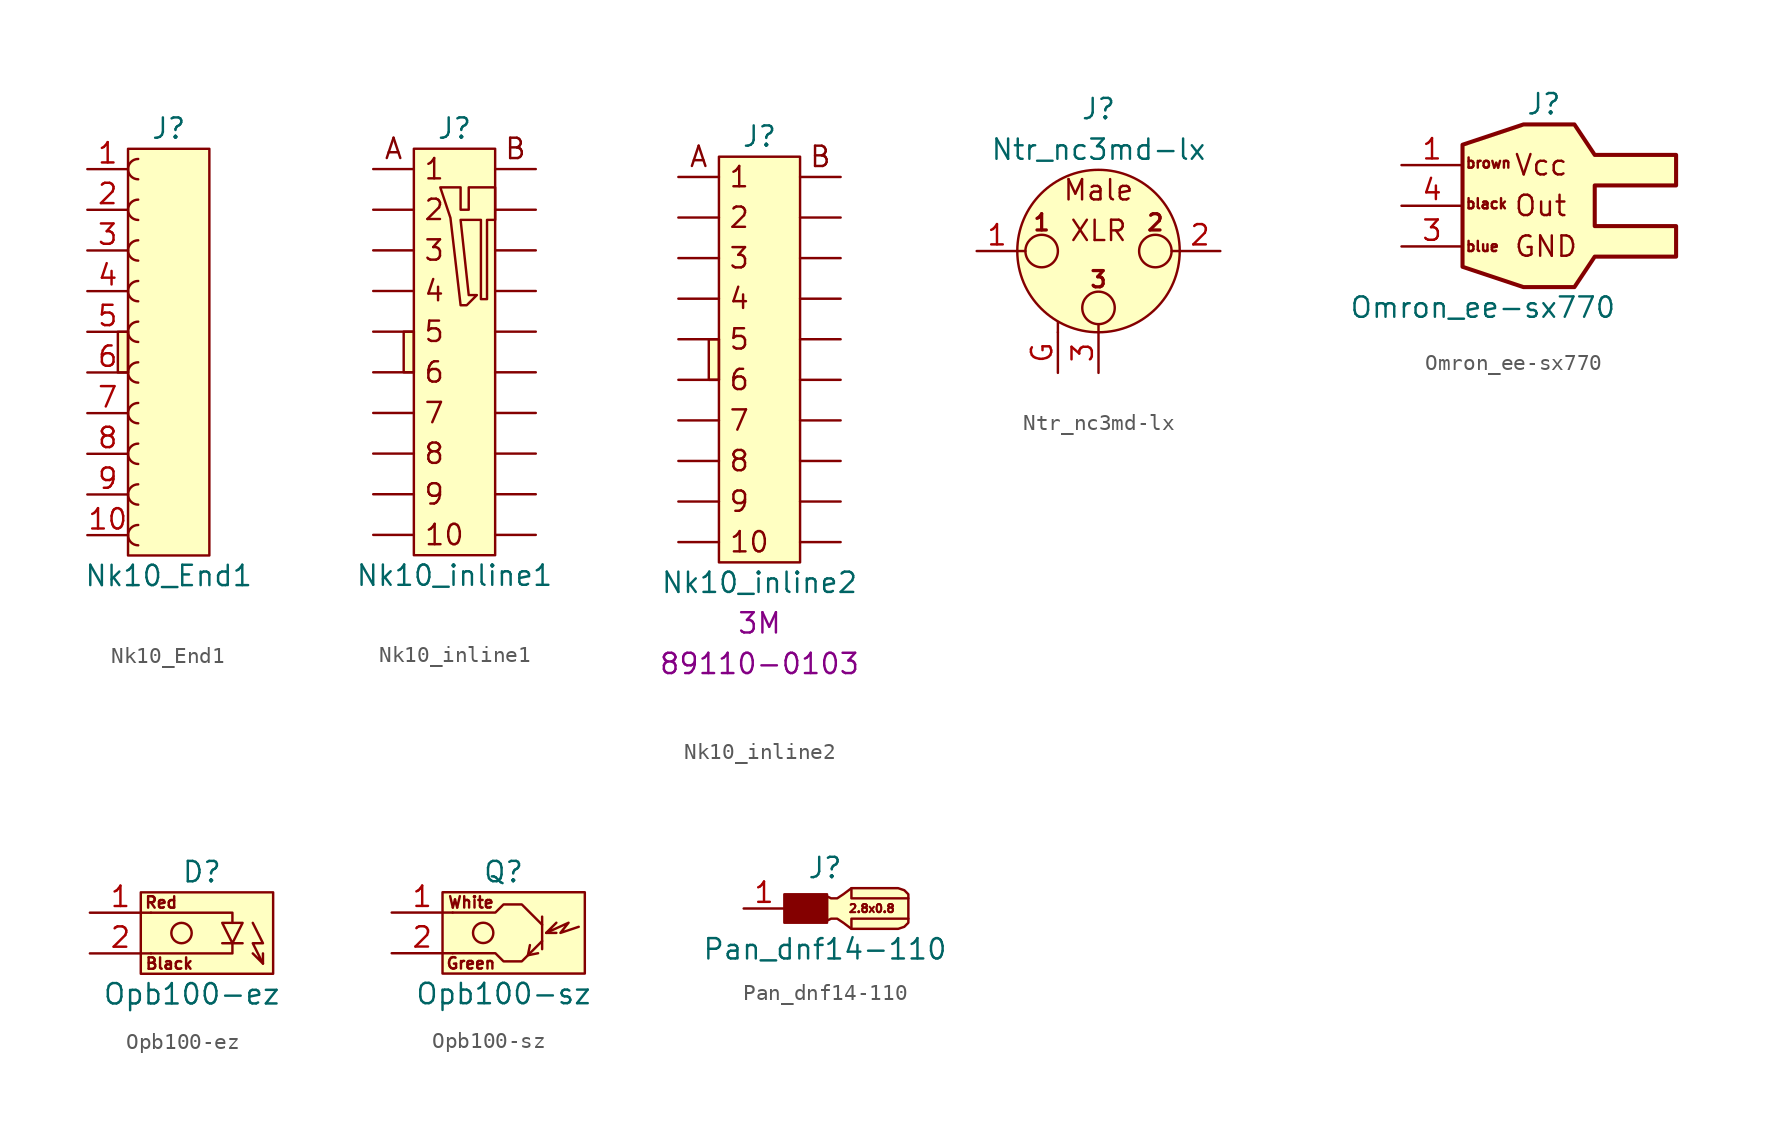
<source format=kicad_sym>
(kicad_symbol_lib
  (version 20211014)
  (generator kicad_symbol_editor)
  (symbol "Nk10_End1"
    (pin_names hide)
    (property "Reference" "J"
      (at 0 13.97 0)
      (effects (font (size 1.27 1.27))))
    (property "Value" "Nk10_End1"
      (at 0 -13.97 0)
      (effects (font (size 1.27 1.27))))
    (symbol "Nk10_End1_0_0"
      (rectangle (start -3.175 1.27) (end -2.54 -1.27) (stroke (width 0) (type default) (color 0 0 0 0)) (fill (type background)))
      (pin passive line (at -5.08 -11.43 0) (length 2.54) (name "Pin_10" (effects (font (size 1.27 1.27)))) (number "10" (effects (font (size 1.27 1.27)))))
      (pin passive line (at -5.08 -3.81 0) (length 2.54) (name "Pin_7" (effects (font (size 1.27 1.27)))) (number "7" (effects (font (size 1.27 1.27)))))
      (pin passive line (at -5.08 -6.35 0) (length 2.54) (name "Pin_8" (effects (font (size 1.27 1.27)))) (number "8" (effects (font (size 1.27 1.27)))))
      (pin passive line (at -5.08 -8.89 0) (length 2.54) (name "Pin_9" (effects (font (size 1.27 1.27)))) (number "9" (effects (font (size 1.27 1.27))))))
    (symbol "Nk10_End1_0_1"
      (arc (start -1.905 12.065) (mid -2.54 11.43) (end -1.905 10.795) (stroke (width 0) (type default) (color 0 0 0 0)) (fill (type none)))
      (polyline (pts (xy -2.54 -12.7) (xy -2.54 12.7) (xy 2.54 12.7) (xy 2.54 -12.7) (xy -2.54 -12.7)) (stroke (width 0) (type default) (color 0 0 0 0)) (fill (type background))))
    (symbol "Nk10_End1_1_1"
      (arc (start -1.905 -10.795) (mid -2.54 -11.43) (end -1.905 -12.065) (stroke (width 0) (type default) (color 0 0 0 0)) (fill (type none)))
      (arc (start -1.905 -8.255) (mid -2.54 -8.89) (end -1.905 -9.525) (stroke (width 0) (type default) (color 0 0 0 0)) (fill (type none)))
      (arc (start -1.905 -5.715) (mid -2.54 -6.35) (end -1.905 -6.985) (stroke (width 0) (type default) (color 0 0 0 0)) (fill (type none)))
      (arc (start -1.905 -3.175) (mid -2.54 -3.81) (end -1.905 -4.445) (stroke (width 0) (type default) (color 0 0 0 0)) (fill (type none)))
      (arc (start -1.905 -0.635) (mid -2.54 -1.27) (end -1.905 -1.905) (stroke (width 0) (type default) (color 0 0 0 0)) (fill (type none)))
      (arc (start -1.905 1.905) (mid -2.54 1.27) (end -1.905 0.635) (stroke (width 0) (type default) (color 0 0 0 0)) (fill (type none)))
      (arc (start -1.905 4.445) (mid -2.54 3.81) (end -1.905 3.175) (stroke (width 0) (type default) (color 0 0 0 0)) (fill (type none)))
      (arc (start -1.905 6.985) (mid -2.54 6.35) (end -1.905 5.715) (stroke (width 0) (type default) (color 0 0 0 0)) (fill (type none)))
      (arc (start -1.905 9.525) (mid -2.54 8.89) (end -1.905 8.255) (stroke (width 0) (type default) (color 0 0 0 0)) (fill (type none)))
      (pin passive line (at -5.08 11.43 0) (length 2.54) (name "Pin_1" (effects (font (size 1.27 1.27)))) (number "1" (effects (font (size 1.27 1.27)))))
      (pin passive line (at -5.08 8.89 0) (length 2.54) (name "Pin_2" (effects (font (size 1.27 1.27)))) (number "2" (effects (font (size 1.27 1.27)))))
      (pin passive line (at -5.08 6.35 0) (length 2.54) (name "Pin_3" (effects (font (size 1.27 1.27)))) (number "3" (effects (font (size 1.27 1.27)))))
      (pin passive line (at -5.08 3.81 0) (length 2.54) (name "Pin_4" (effects (font (size 1.27 1.27)))) (number "4" (effects (font (size 1.27 1.27)))))
      (pin passive line (at -5.08 1.27 0) (length 2.54) (name "Pin_5" (effects (font (size 1.27 1.27)))) (number "5" (effects (font (size 1.27 1.27)))))
      (pin passive line (at -5.08 -1.27 0) (length 2.54) (name "Pin_6" (effects (font (size 1.27 1.27)))) (number "6" (effects (font (size 1.27 1.27)))))))
  (symbol "Nk10_inline1"
    (pin_numbers hide)
    (pin_names hide)
    (property "Reference" "J"
      (at 0 13.97 0)
      (effects (font (size 1.27 1.27))))
    (property "Value" "Nk10_inline1"
      (at 0 -13.97 0)
      (effects (font (size 1.27 1.27))))
    (symbol "Nk10_inline1_0_0"
      (rectangle (start -3.175 1.27) (end -2.54 -1.27) (stroke (width 0) (type default) (color 0 0 0 0)) (fill (type background)))
      (text "1" (at -1.27 11.43 0) (effects (font (size 1.27 1.27))))
      (text "10" (at -0.635 -11.43 0) (effects (font (size 1.27 1.27))))
      (text "2" (at -1.27 8.89 0) (effects (font (size 1.27 1.27))))
      (text "3" (at -1.27 6.35 0) (effects (font (size 1.27 1.27))))
      (text "4" (at -1.27 3.81 0) (effects (font (size 1.27 1.27))))
      (text "5" (at -1.27 1.27 0) (effects (font (size 1.27 1.27))))
      (text "6" (at -1.27 -1.27 0) (effects (font (size 1.27 1.27))))
      (text "7" (at -1.27 -3.81 0) (effects (font (size 1.27 1.27))))
      (text "8" (at -1.27 -6.35 0) (effects (font (size 1.27 1.27))))
      (text "9" (at -1.27 -8.89 0) (effects (font (size 1.27 1.27))))
      (text "A" (at -3.81 12.7 0) (effects (font (size 1.27 1.27))))
      (text "B" (at 3.81 12.7 0) (effects (font (size 1.27 1.27))))
      (pin passive line (at -5.08 -11.43 0) (length 2.54) (name "PIN10A" (effects (font (size 1.27 1.27)))) (number "10" (effects (font (size 1.27 1.27)))))
      (pin passive line (at 5.08 11.43 180) (length 2.54) (name "PIN1B" (effects (font (size 1.27 1.27)))) (number "11" (effects (font (size 1.27 1.27)))))
      (pin passive line (at 5.08 8.89 180) (length 2.54) (name "PIN2B" (effects (font (size 1.27 1.27)))) (number "12" (effects (font (size 1.27 1.27)))))
      (pin passive line (at 5.08 6.35 180) (length 2.54) (name "PIN3B" (effects (font (size 1.27 1.27)))) (number "13" (effects (font (size 1.27 1.27)))))
      (pin passive line (at 5.08 3.81 180) (length 2.54) (name "PIN4B" (effects (font (size 1.27 1.27)))) (number "14" (effects (font (size 1.27 1.27)))))
      (pin passive line (at 5.08 1.27 180) (length 2.54) (name "PIN5B" (effects (font (size 1.27 1.27)))) (number "15" (effects (font (size 1.27 1.27)))))
      (pin passive line (at 5.08 -1.27 180) (length 2.54) (name "PIN6B" (effects (font (size 1.27 1.27)))) (number "16" (effects (font (size 1.27 1.27)))))
      (pin passive line (at 5.08 -3.81 180) (length 2.54) (name "PIN7B" (effects (font (size 1.27 1.27)))) (number "17" (effects (font (size 1.27 1.27)))))
      (pin passive line (at 5.08 -6.35 180) (length 2.54) (name "PIN8B" (effects (font (size 1.27 1.27)))) (number "18" (effects (font (size 1.27 1.27)))))
      (pin passive line (at 5.08 -8.89 180) (length 2.54) (name "PIN9B" (effects (font (size 1.27 1.27)))) (number "19" (effects (font (size 1.27 1.27)))))
      (pin passive line (at 5.08 -11.43 180) (length 2.54) (name "PIN10B" (effects (font (size 1.27 1.27)))) (number "20" (effects (font (size 1.27 1.27)))))
      (pin passive line (at -5.08 -3.81 0) (length 2.54) (name "PIN7A" (effects (font (size 1.27 1.27)))) (number "7" (effects (font (size 1.27 1.27)))))
      (pin passive line (at -5.08 -6.35 0) (length 2.54) (name "PIN8A" (effects (font (size 1.27 1.27)))) (number "8" (effects (font (size 1.27 1.27)))))
      (pin passive line (at -5.08 -8.89 0) (length 2.54) (name "PIN9A" (effects (font (size 1.27 1.27)))) (number "9" (effects (font (size 1.27 1.27))))))
    (symbol "Nk10_inline1_0_1"
      (polyline (pts (xy -2.54 -12.7) (xy -2.54 12.7) (xy 2.54 12.7) (xy 2.54 -12.7) (xy -2.54 -12.7)) (stroke (width 0) (type default) (color 0 0 0 0)) (fill (type background)))
      (polyline (pts (xy 0.381 10.287) (xy -0.889 10.287) (xy -0.254 8.382) (xy 0.381 2.921) (xy 0.762 2.921) (xy 1.397 3.556) (xy 0.889 3.556) (xy 0.381 8.255) (xy 0.889 8.255) (xy 1.651 8.255) (xy 1.651 3.302) (xy 2.032 3.302) (xy 2.032 8.255) (xy 2.54 8.255) (xy 2.54 10.16) (xy 2.54 10.287) (xy 0.889 10.287) (xy 0.889 8.89) (xy 0.381 8.89) (xy 0.381 10.287)) (stroke (width 0) (type default) (color 0 0 0 0)) (fill (type none))))
    (symbol "Nk10_inline1_1_1"
      (pin passive line (at -5.08 11.43 0) (length 2.54) (name "PIN1A" (effects (font (size 1.27 1.27)))) (number "1" (effects (font (size 1.27 1.27)))))
      (pin passive line (at -5.08 8.89 0) (length 2.54) (name "PIN2A" (effects (font (size 1.27 1.27)))) (number "2" (effects (font (size 1.27 1.27)))))
      (pin passive line (at -5.08 6.35 0) (length 2.54) (name "PIN3A" (effects (font (size 1.27 1.27)))) (number "3" (effects (font (size 1.27 1.27)))))
      (pin passive line (at -5.08 3.81 0) (length 2.54) (name "PIN4A" (effects (font (size 1.27 1.27)))) (number "4" (effects (font (size 1.27 1.27)))))
      (pin passive line (at -5.08 1.27 0) (length 2.54) (name "PIN5A" (effects (font (size 1.27 1.27)))) (number "5" (effects (font (size 1.27 1.27)))))
      (pin passive line (at -5.08 -1.27 0) (length 2.54) (name "PIN6A" (effects (font (size 1.27 1.27)))) (number "6" (effects (font (size 1.27 1.27)))))))
  (symbol "Nk10_inline2"
    (pin_numbers hide)
    (pin_names hide)
    (property "Reference" "J"
      (at 0 13.97 0)
      (effects (font (size 1.27 1.27))))
    (property "Value" "Nk10_inline2"
      (at 0 -13.97 0)
      (effects (font (size 1.27 1.27))))
    (property "Vendor" "3M"
      (at 0 -16.51 0)
      (effects (font (size 1.27 1.27))))
    (property "Vendor_pn" "89110-0103"
      (at 0 -19.05 0)
      (effects (font (size 1.27 1.27))))
    (symbol "Nk10_inline2_0_0"
      (rectangle (start -3.175 1.27) (end -2.54 -1.27) (stroke (width 0) (type default) (color 0 0 0 0)) (fill (type background)))
      (text "1" (at -1.27 11.43 0) (effects (font (size 1.27 1.27))))
      (text "10" (at -0.635 -11.43 0) (effects (font (size 1.27 1.27))))
      (text "2" (at -1.27 8.89 0) (effects (font (size 1.27 1.27))))
      (text "3" (at -1.27 6.35 0) (effects (font (size 1.27 1.27))))
      (text "4" (at -1.27 3.81 0) (effects (font (size 1.27 1.27))))
      (text "5" (at -1.27 1.27 0) (effects (font (size 1.27 1.27))))
      (text "6" (at -1.27 -1.27 0) (effects (font (size 1.27 1.27))))
      (text "7" (at -1.27 -3.81 0) (effects (font (size 1.27 1.27))))
      (text "8" (at -1.27 -6.35 0) (effects (font (size 1.27 1.27))))
      (text "9" (at -1.27 -8.89 0) (effects (font (size 1.27 1.27))))
      (text "A" (at -3.81 12.7 0) (effects (font (size 1.27 1.27))))
      (text "B" (at 3.81 12.7 0) (effects (font (size 1.27 1.27))))
      (pin passive line (at -5.08 -11.43 0) (length 2.54) (name "PIN10A" (effects (font (size 1.27 1.27)))) (number "10" (effects (font (size 1.27 1.27)))))
      (pin passive line (at 5.08 11.43 180) (length 2.54) (name "PIN1B" (effects (font (size 1.27 1.27)))) (number "11" (effects (font (size 1.27 1.27)))))
      (pin passive line (at 5.08 8.89 180) (length 2.54) (name "PIN2B" (effects (font (size 1.27 1.27)))) (number "12" (effects (font (size 1.27 1.27)))))
      (pin passive line (at 5.08 6.35 180) (length 2.54) (name "PIN3B" (effects (font (size 1.27 1.27)))) (number "13" (effects (font (size 1.27 1.27)))))
      (pin passive line (at 5.08 3.81 180) (length 2.54) (name "PIN4B" (effects (font (size 1.27 1.27)))) (number "14" (effects (font (size 1.27 1.27)))))
      (pin passive line (at 5.08 1.27 180) (length 2.54) (name "PIN5B" (effects (font (size 1.27 1.27)))) (number "15" (effects (font (size 1.27 1.27)))))
      (pin passive line (at 5.08 -1.27 180) (length 2.54) (name "PIN6B" (effects (font (size 1.27 1.27)))) (number "16" (effects (font (size 1.27 1.27)))))
      (pin passive line (at 5.08 -3.81 180) (length 2.54) (name "PIN7B" (effects (font (size 1.27 1.27)))) (number "17" (effects (font (size 1.27 1.27)))))
      (pin passive line (at 5.08 -6.35 180) (length 2.54) (name "PIN8B" (effects (font (size 1.27 1.27)))) (number "18" (effects (font (size 1.27 1.27)))))
      (pin passive line (at 5.08 -8.89 180) (length 2.54) (name "PIN9B" (effects (font (size 1.27 1.27)))) (number "19" (effects (font (size 1.27 1.27)))))
      (pin passive line (at 5.08 -11.43 180) (length 2.54) (name "PIN10B" (effects (font (size 1.27 1.27)))) (number "20" (effects (font (size 1.27 1.27)))))
      (pin passive line (at -5.08 -3.81 0) (length 2.54) (name "PIN7A" (effects (font (size 1.27 1.27)))) (number "7" (effects (font (size 1.27 1.27)))))
      (pin passive line (at -5.08 -6.35 0) (length 2.54) (name "PIN8A" (effects (font (size 1.27 1.27)))) (number "8" (effects (font (size 1.27 1.27)))))
      (pin passive line (at -5.08 -8.89 0) (length 2.54) (name "PIN9A" (effects (font (size 1.27 1.27)))) (number "9" (effects (font (size 1.27 1.27))))))
    (symbol "Nk10_inline2_0_1"
      (polyline (pts (xy -2.54 -12.7) (xy -2.54 12.7) (xy 2.54 12.7) (xy 2.54 -12.7) (xy -2.54 -12.7)) (stroke (width 0) (type default) (color 0 0 0 0)) (fill (type background))))
    (symbol "Nk10_inline2_1_1"
      (pin passive line (at -5.08 11.43 0) (length 2.54) (name "PIN1A" (effects (font (size 1.27 1.27)))) (number "1" (effects (font (size 1.27 1.27)))))
      (pin passive line (at -5.08 8.89 0) (length 2.54) (name "PIN2A" (effects (font (size 1.27 1.27)))) (number "2" (effects (font (size 1.27 1.27)))))
      (pin passive line (at -5.08 6.35 0) (length 2.54) (name "PIN3A" (effects (font (size 1.27 1.27)))) (number "3" (effects (font (size 1.27 1.27)))))
      (pin passive line (at -5.08 3.81 0) (length 2.54) (name "PIN4A" (effects (font (size 1.27 1.27)))) (number "4" (effects (font (size 1.27 1.27)))))
      (pin passive line (at -5.08 1.27 0) (length 2.54) (name "PIN5A" (effects (font (size 1.27 1.27)))) (number "5" (effects (font (size 1.27 1.27)))))
      (pin passive line (at -5.08 -1.27 0) (length 2.54) (name "PIN6A" (effects (font (size 1.27 1.27)))) (number "6" (effects (font (size 1.27 1.27)))))))
  (symbol "Ntr_nc3md-lx"
    (pin_names hide)
    (property "Reference" "J"
      (at 0 8.89 0)
      (effects (font (size 1.27 1.27))))
    (property "Value" "Ntr_nc3md-lx"
      (at 0 6.35 0)
      (effects (font (size 1.27 1.27))))
    (symbol "Ntr_nc3md-lx_0_0"
      (text "Male" (at 0 3.81 0) (effects (font (size 1.27 1.27))))
      (text "XLR" (at 0 1.27 0) (effects (font (size 1.27 1.27)))))
    (symbol "Ntr_nc3md-lx_1_1"
      (circle (center -3.556 0) (radius 1.016) (stroke (width 0) (type default) (color 0 0 0 0)) (fill (type none)))
      (circle (center 0 -3.556) (radius 1.016) (stroke (width 0) (type default) (color 0 0 0 0)) (fill (type none)))
      (polyline (pts (xy -5.08 0) (xy -4.572 0)) (stroke (width 0) (type default) (color 0 0 0 0)) (fill (type none)))
      (polyline (pts (xy -2.54 -5.08) (xy -2.54 -4.445)) (stroke (width 0) (type default) (color 0 0 0 0)) (fill (type none)))
      (polyline (pts (xy 0 -5.08) (xy 0 -4.572)) (stroke (width 0) (type default) (color 0 0 0 0)) (fill (type none)))
      (polyline (pts (xy 5.08 0) (xy 4.572 0)) (stroke (width 0) (type default) (color 0 0 0 0)) (fill (type none)))
      (circle (center 0 0) (radius 5.08) (stroke (width 0) (type default) (color 0 0 0 0)) (fill (type background)))
      (circle (center 3.556 0) (radius 1.016) (stroke (width 0) (type default) (color 0 0 0 0)) (fill (type none)))
      (text "1" (at -3.556 1.778 0) (effects (font (size 1.016 1.016) bold)))
      (text "2" (at 3.556 1.778 0) (effects (font (size 1.016 1.016) bold)))
      (text "3" (at 0 -1.778 0) (effects (font (size 1.016 1.016) bold)))
      (pin passive line (at -7.62 0 0) (length 2.54) (name "PIN_1" (effects (font (size 1.27 1.27)))) (number "1" (effects (font (size 1.27 1.27)))))
      (pin passive line (at 7.62 0 180) (length 2.54) (name "PIN_2" (effects (font (size 1.27 1.27)))) (number "2" (effects (font (size 1.27 1.27)))))
      (pin passive line (at 0 -7.62 90) (length 2.54) (name "PIN_3" (effects (font (size 1.27 1.27)))) (number "3" (effects (font (size 1.27 1.27)))))
      (pin passive line (at -2.54 -7.62 90) (length 2.54) (name "GND" (effects (font (size 1.27 1.27)))) (number "G" (effects (font (size 1.27 1.27)))))))
  (symbol "Omron_ee-sx770"
    (pin_names
      (offset 1.016) hide)
    (property "Reference" "J"
      (at 3.81 6.35 0)
      (effects (font (size 1.27 1.27))))
    (property "Value" "Omron_ee-sx770"
      (at 0 -6.35 0)
      (effects (font (size 1.27 1.27))))
    (symbol "Omron_ee-sx770_0_0"
      (text "blue" (at -1.143 -2.54 0) (effects (font (size 0.635 0.635)) (justify left)))
      (text "GND" (at 1.905 -2.54 0) (effects (font (size 1.27 1.27)) (justify left)))
      (text "Out" (at 1.905 0 0) (effects (font (size 1.27 1.27)) (justify left)))
      (text "Vcc" (at 1.905 2.54 0) (effects (font (size 1.27 1.27)) (justify left))))
    (symbol "Omron_ee-sx770_0_1"
      (polyline (pts (xy -1.27 3.81) (xy 2.54 5.08) (xy 5.715 5.08) (xy 6.985 3.175) (xy 12.065 3.175) (xy 12.065 1.27) (xy 6.985 1.27) (xy 6.985 -1.27) (xy 12.065 -1.27) (xy 12.065 -3.175) (xy 6.985 -3.175) (xy 5.715 -5.08) (xy 2.54 -5.08) (xy -1.27 -3.81) (xy -1.27 3.81)) (stroke (width 0.254) (type default) (color 0 0 0 0)) (fill (type background))))
    (symbol "Omron_ee-sx770_1_1"
      (text "black" (at -1.143 0.127 0) (effects (font (size 0.635 0.635)) (justify left)))
      (text "brown" (at -1.143 2.667 0) (effects (font (size 0.635 0.635)) (justify left)))
      (pin passive line (at -5.08 2.54 0) (length 3.81) (name "Pin_1" (effects (font (size 1.27 1.27)))) (number "1" (effects (font (size 1.27 1.27)))))
      (pin passive line (at -5.08 -2.54 0) (length 3.81) (name "Pin_3" (effects (font (size 1.27 1.27)))) (number "3" (effects (font (size 1.27 1.27)))))
      (pin passive line (at -5.08 0 0) (length 3.81) (name "Pin_4" (effects (font (size 1.27 1.27)))) (number "4" (effects (font (size 1.27 1.27)))))))
  (symbol "Opb100-ez"
    (pin_names
      (offset 1.016) hide)
    (property "Reference" "D"
      (at 1.905 3.81 0)
      (effects (font (size 1.27 1.27))))
    (property "Value" "Opb100-ez"
      (at 1.27 -3.81 0)
      (effects (font (size 1.27 1.27))))
    (symbol "Opb100-ez_0_0"
      (text "Black" (at -0.127 -1.905 0) (effects (font (size 0.711 0.711))))
      (text "Red" (at -0.635 1.905 0) (effects (font (size 0.711 0.711)))))
    (symbol "Opb100-ez_0_1"
      (rectangle (start -1.905 2.54) (end 6.35 -2.54) (stroke (width 0) (type default) (color 0 0 0 0)) (fill (type background)))
      (polyline (pts (xy 3.175 -0.635) (xy 4.445 -0.635)) (stroke (width 0) (type default) (color 0 0 0 0)) (fill (type none)))
      (polyline (pts (xy 5.715 -1.905) (xy 5.715 -1.27)) (stroke (width 0) (type default) (color 0 0 0 0)) (fill (type none)))
      (polyline (pts (xy -1.27 1.27) (xy 3.81 1.27) (xy 3.81 0.635)) (stroke (width 0) (type default) (color 0 0 0 0)) (fill (type none)))
      (polyline (pts (xy 3.81 -0.635) (xy 3.81 -1.27) (xy -1.27 -1.27)) (stroke (width 0) (type default) (color 0 0 0 0)) (fill (type none)))
      (polyline (pts (xy 3.175 0.635) (xy 4.445 0.635) (xy 3.81 -0.635) (xy 3.175 0.635)) (stroke (width 0) (type default) (color 0 0 0 0)) (fill (type none)))
      (polyline (pts (xy 5.08 0.635) (xy 5.715 -0.635) (xy 5.08 -0.635) (xy 5.715 -1.905) (xy 5.08 -1.27)) (stroke (width 0) (type default) (color 0 0 0 0)) (fill (type none)))
      (circle (center 0.635 0) (radius 0.635) (stroke (width 0) (type default) (color 0 0 0 0)) (fill (type none))))
    (symbol "Opb100-ez_1_1"
      (pin passive line (at -5.08 1.27 0) (length 3.81) (name "Anode" (effects (font (size 1.27 1.27)))) (number "1" (effects (font (size 1.27 1.27)))))
      (pin passive line (at -5.08 -1.27 0) (length 3.81) (name "Cathode" (effects (font (size 1.27 1.27)))) (number "2" (effects (font (size 1.27 1.27)))))))
  (symbol "Opb100-sz"
    (pin_names
      (offset 1.016) hide)
    (property "Reference" "Q"
      (at 0.635 3.81 0)
      (effects (font (size 1.27 1.27))))
    (property "Value" "Opb100-sz"
      (at 0.635 -3.81 0)
      (effects (font (size 1.27 1.27))))
    (symbol "Opb100-sz_0_0"
      (text "White" (at -1.397 1.905 0) (effects (font (size 0.711 0.711)))))
    (symbol "Opb100-sz_0_1"
      (rectangle (start -3.175 2.54) (end 5.715 -2.54) (stroke (width 0) (type default) (color 0 0 0 0)) (fill (type background)))
      (circle (center -0.635 0) (radius 0.635) (stroke (width 0) (type default) (color 0 0 0 0)) (fill (type none)))
      (polyline (pts (xy 3.048 -1.016) (xy 3.048 1.016)) (stroke (width 0) (type default) (color 0 0 0 0)) (fill (type none)))
      (polyline (pts (xy 3.302 0) (xy 3.937 0)) (stroke (width 0) (type default) (color 0 0 0 0)) (fill (type none)))
      (polyline (pts (xy 2.286 -0.762) (xy 2.159 -1.397) (xy 2.794 -1.27)) (stroke (width 0) (type default) (color 0 0 0 0)) (fill (type none)))
      (polyline (pts (xy -2.54 1.27) (xy 0.127 1.27) (xy 0.635 1.778) (xy 1.778 1.778) (xy 3.048 0.508)) (stroke (width 0) (type default) (color 0 0 0 0)) (fill (type none)))
      (polyline (pts (xy 3.048 -0.508) (xy 1.778 -1.778) (xy 0.635 -1.778) (xy 0.127 -1.27) (xy -2.54 -1.27)) (stroke (width 0) (type default) (color 0 0 0 0)) (fill (type none)))
      (polyline (pts (xy 5.334 0.381) (xy 4.191 0) (xy 4.699 0.635) (xy 3.302 0) (xy 3.937 0.635)) (stroke (width 0) (type default) (color 0 0 0 0)) (fill (type none))))
    (symbol "Opb100-sz_1_1"
      (text "Green" (at -1.397 -1.905 0) (effects (font (size 0.711 0.711))))
      (pin passive line (at -6.35 1.27 0) (length 3.81) (name "Collector" (effects (font (size 1.27 1.27)))) (number "1" (effects (font (size 1.27 1.27)))))
      (pin passive line (at -6.35 -1.27 0) (length 3.81) (name "Emitter" (effects (font (size 1.27 1.27)))) (number "2" (effects (font (size 1.27 1.27)))))))
  (symbol "Pan_dnf14-110"
    (pin_names
      (offset 1.016) hide)
    (property "Reference" "J"
      (at 0 2.54 0)
      (effects (font (size 1.27 1.27))))
    (property "Value" "Pan_dnf14-110"
      (at 0 -2.54 0)
      (effects (font (size 1.27 1.27))))
    (symbol "Pan_dnf14-110_0_0"
      (text "2.8x0.8" (at 2.921 0 0) (effects (font (size 0.508 0.508)))))
    (symbol "Pan_dnf14-110_0_1"
      (polyline (pts (xy 5.207 -0.635) (xy 1.651 -0.635) (xy 1.651 -1.27)) (stroke (width 0) (type default) (color 0 0 0 0)) (fill (type none)))
      (polyline (pts (xy 5.207 0.635) (xy 1.651 0.635) (xy 1.651 1.27)) (stroke (width 0) (type default) (color 0 0 0 0)) (fill (type none)))
      (polyline (pts (xy 4.572 1.27) (xy 1.651 1.27) (xy 1.143 0.889) (xy 0.762 0.635) (xy 0.381 0.635) (xy 0.127 0.762) (xy 0.127 -0.762) (xy 0.381 -0.635) (xy 0.762 -0.635) (xy 1.143 -0.889) (xy 1.651 -1.27) (xy 4.572 -1.27) (xy 4.953 -1.143) (xy 5.207 -0.889) (xy 5.207 -0.762) (xy 5.207 0.889) (xy 4.953 1.143) (xy 4.572 1.27)) (stroke (width 0) (type default) (color 0 0 0 0)) (fill (type background)))
      (rectangle (start 0.127 -0.889) (end -2.54 0.889) (stroke (width 0) (type default) (color 0 0 0 0)) (fill (type outline))))
    (symbol "Pan_dnf14-110_1_1"
      (pin passive line (at -5.08 0 0) (length 2.54) (name "Pin_1" (effects (font (size 1.27 1.27)))) (number "1" (effects (font (size 1.27 1.27))))))))
</source>
